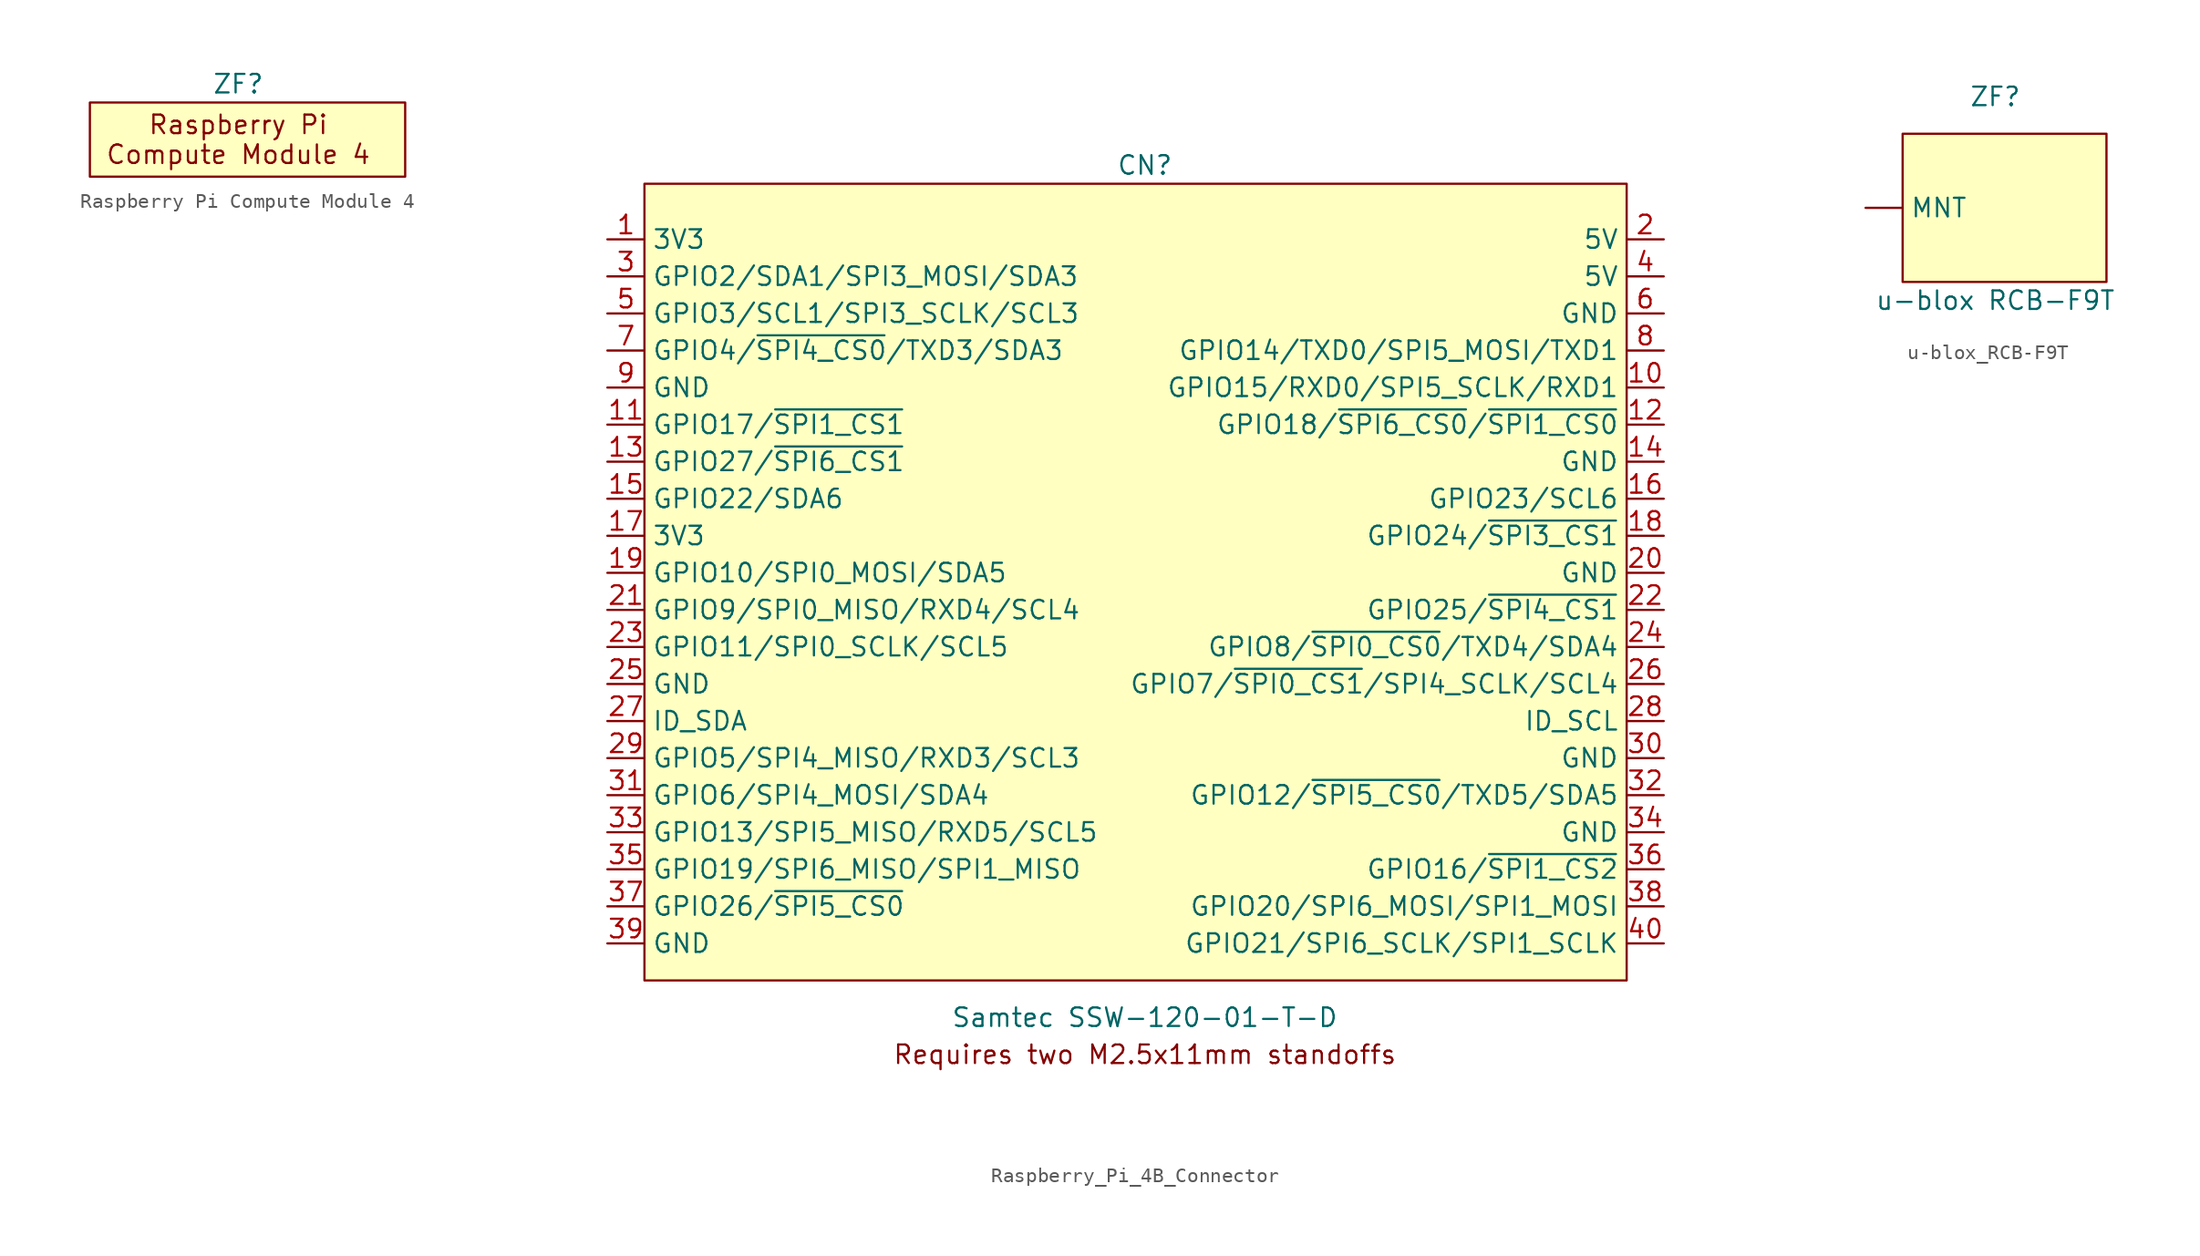
<source format=kicad_sym>
(kicad_symbol_lib
  (version 20220914)
  (generator kicad_symbol_editor)
  (symbol "Raspberry Pi Compute Module 4"
    (property "Reference" "ZF"
      (at 0 3.81 0)
      (effects (font (size 1.27 1.27))))
    (symbol "Raspberry Pi Compute Module 4_1_1"
      (rectangle (start -10.16 2.54) (end 11.43 -2.54) (stroke (width 0) (type default)) (fill (type background)))
      (text "Raspberry Pi\nCompute Module 4" (at 0 0 0) (effects (font (size 1.27 1.27))))))
  (symbol "Raspberry_Pi_4B_Connector"
    (property "Reference" "CN"
      (at 0 27.94 0)
      (effects (font (size 1.27 1.27))))
    (property "Value" "Samtec SSW-120-01-T-D"
      (at 0 -30.48 0)
      (effects (font (size 1.27 1.27))))
    (symbol "Raspberry_Pi_4B_Connector_0_1"
      (rectangle (start -34.29 26.67) (end 33.02 -27.94) (stroke (width 0) (type default)) (fill (type background))))
    (symbol "Raspberry_Pi_4B_Connector_1_1"
      (text "Requires two M2.5x11mm standoffs" (at 0 -33.02 0) (effects (font (size 1.27 1.27))))
      (pin power_out line (at -36.83 22.86 0) (length 2.54) (name "3V3" (effects (font (size 1.27 1.27)))) (number "1" (effects (font (size 1.27 1.27)))))
      (pin passive line (at 35.56 12.7 180) (length 2.54) (name "GPIO15/RXD0/SPI5_SCLK/RXD1" (effects (font (size 1.27 1.27)))) (number "10" (effects (font (size 1.27 1.27)))))
      (pin passive line (at -36.83 10.16 0) (length 2.54) (name "GPIO17/~{SPI1_CS1}" (effects (font (size 1.27 1.27)))) (number "11" (effects (font (size 1.27 1.27)))))
      (pin passive line (at 35.56 10.16 180) (length 2.54) (name "GPIO18/~{SPI6_CS0}/~{SPI1_CS0}" (effects (font (size 1.27 1.27)))) (number "12" (effects (font (size 1.27 1.27)))))
      (pin passive line (at -36.83 7.62 0) (length 2.54) (name "GPIO27/~{SPI6_CS1}" (effects (font (size 1.27 1.27)))) (number "13" (effects (font (size 1.27 1.27)))))
      (pin power_in line (at 35.56 7.62 180) (length 2.54) (name "GND" (effects (font (size 1.27 1.27)))) (number "14" (effects (font (size 1.27 1.27)))))
      (pin passive line (at -36.83 5.08 0) (length 2.54) (name "GPIO22/SDA6" (effects (font (size 1.27 1.27)))) (number "15" (effects (font (size 1.27 1.27)))))
      (pin passive line (at 35.56 5.08 180) (length 2.54) (name "GPIO23/SCL6" (effects (font (size 1.27 1.27)))) (number "16" (effects (font (size 1.27 1.27)))))
      (pin power_out line (at -36.83 2.54 0) (length 2.54) (name "3V3" (effects (font (size 1.27 1.27)))) (number "17" (effects (font (size 1.27 1.27)))))
      (pin passive line (at 35.56 2.54 180) (length 2.54) (name "GPIO24/~{SPI3_CS1}" (effects (font (size 1.27 1.27)))) (number "18" (effects (font (size 1.27 1.27)))))
      (pin passive line (at -36.83 0 0) (length 2.54) (name "GPIO10/SPI0_MOSI/SDA5" (effects (font (size 1.27 1.27)))) (number "19" (effects (font (size 1.27 1.27)))))
      (pin power_in line (at 35.56 22.86 180) (length 2.54) (name "5V" (effects (font (size 1.27 1.27)))) (number "2" (effects (font (size 1.27 1.27)))))
      (pin power_in line (at 35.56 0 180) (length 2.54) (name "GND" (effects (font (size 1.27 1.27)))) (number "20" (effects (font (size 1.27 1.27)))))
      (pin passive line (at -36.83 -2.54 0) (length 2.54) (name "GPIO9/SPI0_MISO/RXD4/SCL4" (effects (font (size 1.27 1.27)))) (number "21" (effects (font (size 1.27 1.27)))))
      (pin passive line (at 35.56 -2.54 180) (length 2.54) (name "GPIO25/~{SPI4_CS1}" (effects (font (size 1.27 1.27)))) (number "22" (effects (font (size 1.27 1.27)))))
      (pin passive line (at -36.83 -5.08 0) (length 2.54) (name "GPIO11/SPI0_SCLK/SCL5" (effects (font (size 1.27 1.27)))) (number "23" (effects (font (size 1.27 1.27)))))
      (pin passive line (at 35.56 -5.08 180) (length 2.54) (name "GPIO8/~{SPI0_CS0}/TXD4/SDA4" (effects (font (size 1.27 1.27)))) (number "24" (effects (font (size 1.27 1.27)))))
      (pin power_in line (at -36.83 -7.62 0) (length 2.54) (name "GND" (effects (font (size 1.27 1.27)))) (number "25" (effects (font (size 1.27 1.27)))))
      (pin passive line (at 35.56 -7.62 180) (length 2.54) (name "GPIO7/~{SPI0_CS1}/SPI4_SCLK/SCL4" (effects (font (size 1.27 1.27)))) (number "26" (effects (font (size 1.27 1.27)))))
      (pin passive line (at -36.83 -10.16 0) (length 2.54) (name "ID_SDA" (effects (font (size 1.27 1.27)))) (number "27" (effects (font (size 1.27 1.27)))))
      (pin passive line (at 35.56 -10.16 180) (length 2.54) (name "ID_SCL" (effects (font (size 1.27 1.27)))) (number "28" (effects (font (size 1.27 1.27)))))
      (pin passive line (at -36.83 -12.7 0) (length 2.54) (name "GPIO5/SPI4_MISO/RXD3/SCL3" (effects (font (size 1.27 1.27)))) (number "29" (effects (font (size 1.27 1.27)))))
      (pin passive line (at -36.83 20.32 0) (length 2.54) (name "GPIO2/SDA1/SPI3_MOSI/SDA3" (effects (font (size 1.27 1.27)))) (number "3" (effects (font (size 1.27 1.27)))))
      (pin power_in line (at 35.56 -12.7 180) (length 2.54) (name "GND" (effects (font (size 1.27 1.27)))) (number "30" (effects (font (size 1.27 1.27)))))
      (pin passive line (at -36.83 -15.24 0) (length 2.54) (name "GPIO6/SPI4_MOSI/SDA4" (effects (font (size 1.27 1.27)))) (number "31" (effects (font (size 1.27 1.27)))))
      (pin passive line (at 35.56 -15.24 180) (length 2.54) (name "GPIO12/~{SPI5_CS0}/TXD5/SDA5" (effects (font (size 1.27 1.27)))) (number "32" (effects (font (size 1.27 1.27)))))
      (pin passive line (at -36.83 -17.78 0) (length 2.54) (name "GPIO13/SPI5_MISO/RXD5/SCL5" (effects (font (size 1.27 1.27)))) (number "33" (effects (font (size 1.27 1.27)))))
      (pin power_in line (at 35.56 -17.78 180) (length 2.54) (name "GND" (effects (font (size 1.27 1.27)))) (number "34" (effects (font (size 1.27 1.27)))))
      (pin passive line (at -36.83 -20.32 0) (length 2.54) (name "GPIO19/SPI6_MISO/SPI1_MISO" (effects (font (size 1.27 1.27)))) (number "35" (effects (font (size 1.27 1.27)))))
      (pin passive line (at 35.56 -20.32 180) (length 2.54) (name "GPIO16/~{SPI1_CS2}" (effects (font (size 1.27 1.27)))) (number "36" (effects (font (size 1.27 1.27)))))
      (pin passive line (at -36.83 -22.86 0) (length 2.54) (name "GPIO26/~{SPI5_CS0}" (effects (font (size 1.27 1.27)))) (number "37" (effects (font (size 1.27 1.27)))))
      (pin passive line (at 35.56 -22.86 180) (length 2.54) (name "GPIO20/SPI6_MOSI/SPI1_MOSI" (effects (font (size 1.27 1.27)))) (number "38" (effects (font (size 1.27 1.27)))))
      (pin power_in line (at -36.83 -25.4 0) (length 2.54) (name "GND" (effects (font (size 1.27 1.27)))) (number "39" (effects (font (size 1.27 1.27)))))
      (pin power_in line (at 35.56 20.32 180) (length 2.54) (name "5V" (effects (font (size 1.27 1.27)))) (number "4" (effects (font (size 1.27 1.27)))))
      (pin passive line (at 35.56 -25.4 180) (length 2.54) (name "GPIO21/SPI6_SCLK/SPI1_SCLK" (effects (font (size 1.27 1.27)))) (number "40" (effects (font (size 1.27 1.27)))))
      (pin passive line (at -36.83 17.78 0) (length 2.54) (name "GPIO3/SCL1/SPI3_SCLK/SCL3" (effects (font (size 1.27 1.27)))) (number "5" (effects (font (size 1.27 1.27)))))
      (pin power_in line (at 35.56 17.78 180) (length 2.54) (name "GND" (effects (font (size 1.27 1.27)))) (number "6" (effects (font (size 1.27 1.27)))))
      (pin passive line (at -36.83 15.24 0) (length 2.54) (name "GPIO4/~{SPI4_CS0}/TXD3/SDA3" (effects (font (size 1.27 1.27)))) (number "7" (effects (font (size 1.27 1.27)))))
      (pin passive line (at 35.56 15.24 180) (length 2.54) (name "GPIO14/TXD0/SPI5_MOSI/TXD1" (effects (font (size 1.27 1.27)))) (number "8" (effects (font (size 1.27 1.27)))))
      (pin power_in line (at -36.83 12.7 0) (length 2.54) (name "GND" (effects (font (size 1.27 1.27)))) (number "9" (effects (font (size 1.27 1.27)))))))
  (symbol "u-blox_RCB-F9T"
    (pin_numbers hide)
    (property "Reference" "ZF"
      (at 0 7.62 0)
      (effects (font (size 1.27 1.27))))
    (property "Value" "u-blox RCB-F9T"
      (at 0 -6.35 0)
      (effects (font (size 1.27 1.27))))
    (symbol "u-blox_RCB-F9T_1_1"
      (rectangle (start -6.35 5.08) (end 7.62 -5.08) (stroke (width 0) (type default)) (fill (type background)))
      (pin input line (at -8.89 0 0) (length 2.54) (name "MNT" (effects (font (size 1.27 1.27)))) (number "1" (effects (font (size 1.27 1.27))))))))
</source>
